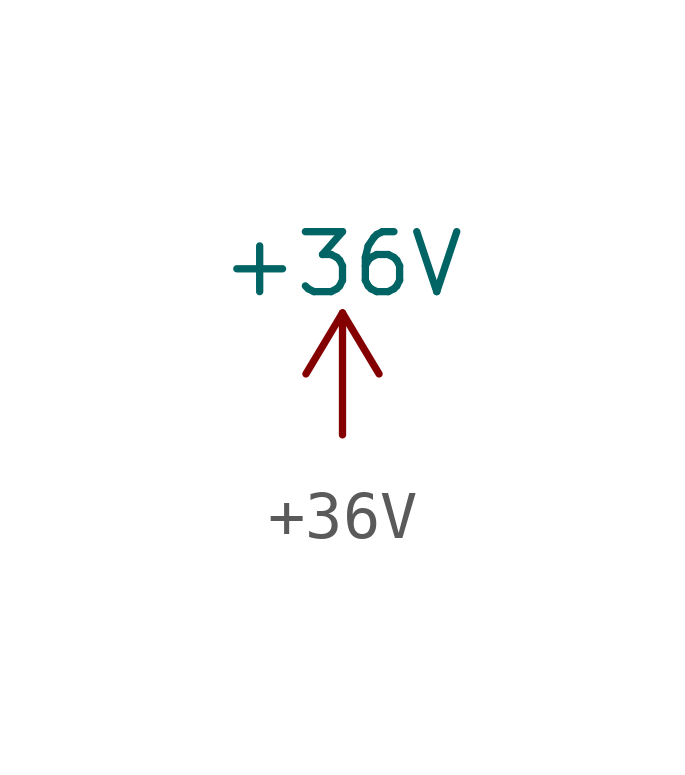
<source format=kicad_sym>
(kicad_symbol_lib
  (version 20231120)
  (generator "kicad_symbol_editor")
  (generator_version "8.0")
  (symbol "+36V"
    (power)
    (pin_numbers hide)
    (pin_names
      (offset 0) hide)
    (property "Reference" "#PWR"
      (at 0 -16 0)
      (effects (font (size 1.25 1.25)) (hide yes)))
    (property "Value" "+36V"
      (at 0 3.556 0)
      (do_not_autoplace)
      (effects (font (size 1.25 1.25))))
    (symbol "+36V_0_1"
      (polyline (pts (xy -0.762 1.27) (xy 0 2.54)) (stroke (width 0) (type default)) (fill (type none)))
      (polyline (pts (xy 0 0) (xy 0 2.54)) (stroke (width 0) (type default)) (fill (type none)))
      (polyline (pts (xy 0 2.54) (xy 0.762 1.27)) (stroke (width 0) (type default)) (fill (type none))))
    (symbol "+36V_1_1"
      (pin power_in line (at 0 0 90) (length 0) hide (name "+36V" (effects (font (size 1.25 1.25)))) (number "1" (effects (font (size 1.25 1.25))))))))
</source>
